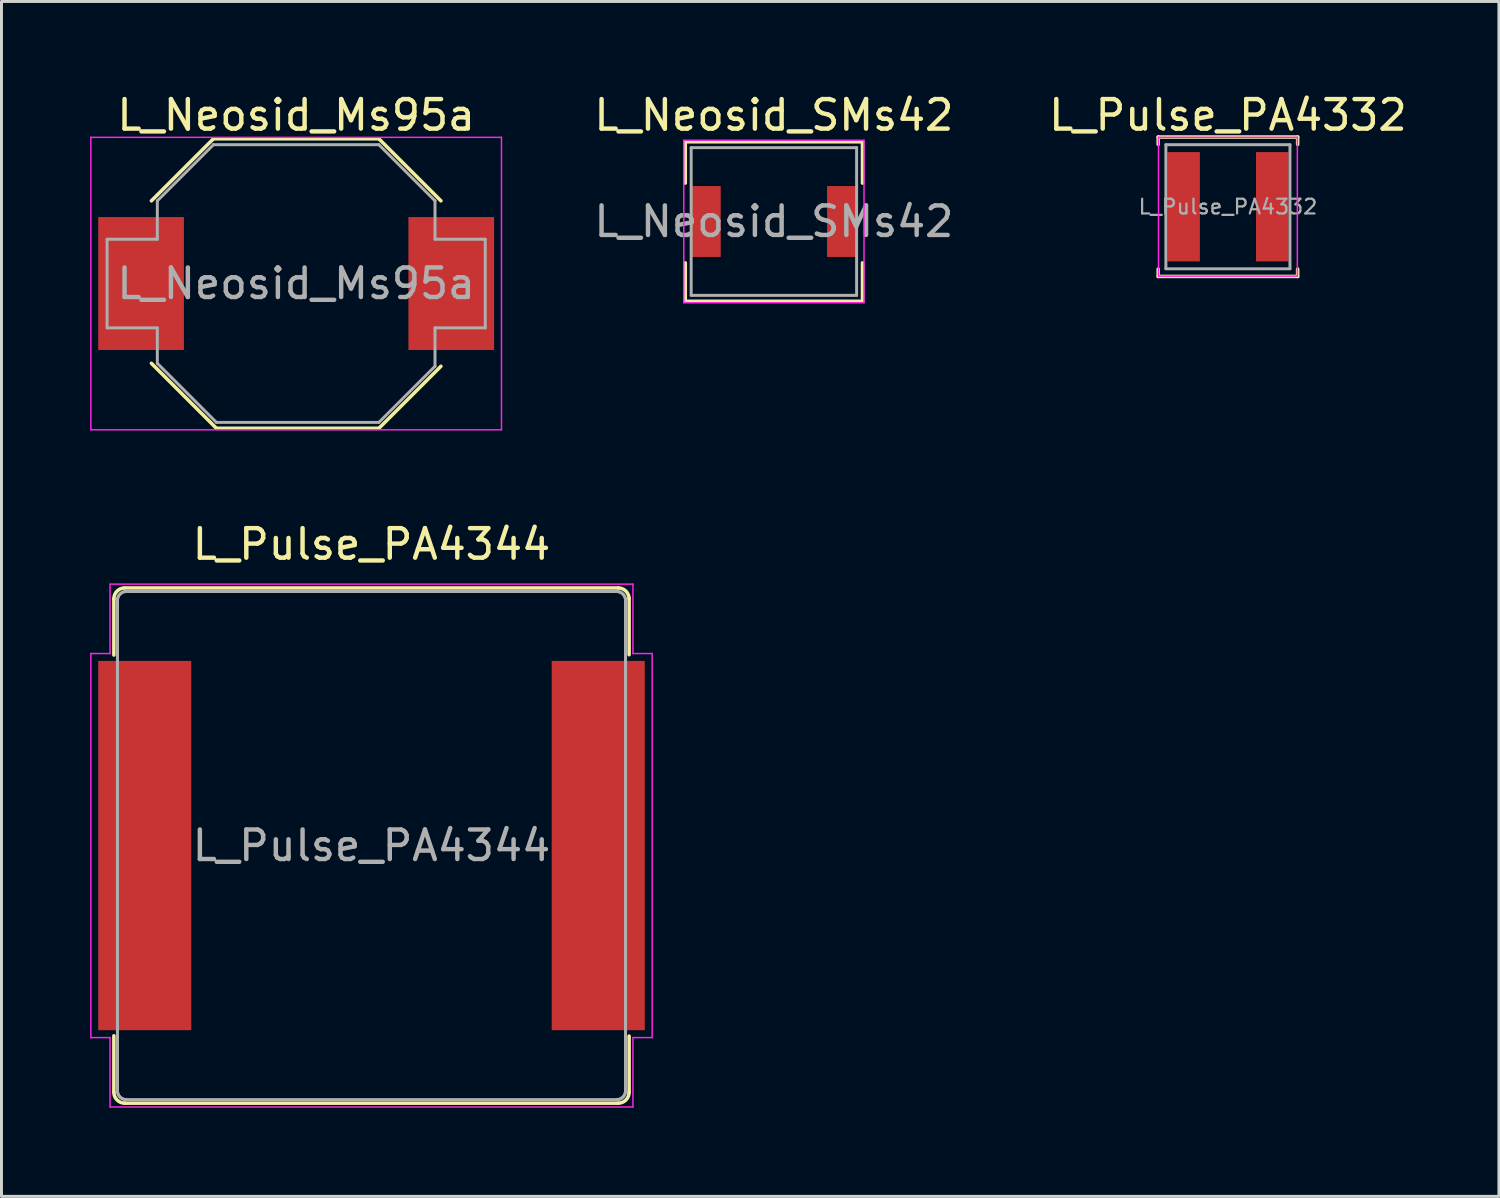
<source format=kicad_pcb>
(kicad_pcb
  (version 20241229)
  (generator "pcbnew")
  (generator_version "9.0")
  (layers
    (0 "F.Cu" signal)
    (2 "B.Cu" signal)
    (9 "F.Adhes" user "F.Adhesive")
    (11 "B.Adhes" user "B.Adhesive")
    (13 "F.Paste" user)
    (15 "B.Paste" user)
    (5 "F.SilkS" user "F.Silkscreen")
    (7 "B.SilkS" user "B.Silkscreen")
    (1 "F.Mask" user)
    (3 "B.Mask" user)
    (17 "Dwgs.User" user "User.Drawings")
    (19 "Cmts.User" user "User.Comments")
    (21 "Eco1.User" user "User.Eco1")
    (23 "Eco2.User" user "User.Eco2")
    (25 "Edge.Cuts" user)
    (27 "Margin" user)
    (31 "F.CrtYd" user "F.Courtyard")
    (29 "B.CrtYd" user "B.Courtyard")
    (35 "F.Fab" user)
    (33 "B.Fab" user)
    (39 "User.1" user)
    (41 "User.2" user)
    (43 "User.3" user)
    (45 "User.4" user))
  (footprint "L_Pulse_PA4332"
    (layer "F.Cu")
    (at 38.515 3.948)
    (property "Reference" "L_Pulse_PA4332" (at 0 -3.1 0) (layer "F.SilkS") (effects (font (size 1 1) (thickness 0.15))))
    (attr smd)
    (fp_line (start -2.36 -2.36) (end -2.36 -2.11) (stroke (width 0.12) (type solid)) (layer "F.SilkS"))
    (fp_line (start -2.36 -2.36) (end 2.36 -2.36) (stroke (width 0.12) (type solid)) (layer "F.SilkS"))
    (fp_line (start -2.36 2.36) (end -2.36 2.11) (stroke (width 0.12) (type solid)) (layer "F.SilkS"))
    (fp_line (start -2.36 2.36) (end 2.36 2.36) (stroke (width 0.12) (type solid)) (layer "F.SilkS"))
    (fp_line (start 2.36 -2.36) (end 2.36 -2.11) (stroke (width 0.12) (type solid)) (layer "F.SilkS"))
    (fp_line (start 2.36 2.36) (end 2.36 2.11) (stroke (width 0.12) (type solid)) (layer "F.SilkS"))
    (fp_line (start -2.35 -2.35) (end -2.35 2.35) (stroke (width 0.05) (type solid)) (layer "F.CrtYd"))
    (fp_line (start -2.35 2.35) (end 2.35 2.35) (stroke (width 0.05) (type solid)) (layer "F.CrtYd"))
    (fp_line (start 2.35 -2.35) (end -2.35 -2.35) (stroke (width 0.05) (type solid)) (layer "F.CrtYd"))
    (fp_line (start 2.35 2.35) (end 2.35 -2.35) (stroke (width 0.05) (type solid)) (layer "F.CrtYd"))
    (fp_line (start -2.1 -2.1) (end -2.1 2.1) (stroke (width 0.1) (type solid)) (layer "F.Fab"))
    (fp_line (start -2.1 2.1) (end 2.1 2.1) (stroke (width 0.1) (type solid)) (layer "F.Fab"))
    (fp_line (start 2.1 -2.1) (end -2.1 -2.1) (stroke (width 0.1) (type solid)) (layer "F.Fab"))
    (fp_line (start 2.1 2.1) (end 2.1 -2.1) (stroke (width 0.1) (type solid)) (layer "F.Fab"))
    (fp_text user "${REFERENCE}" (at 0 0 0) (layer "F.Fab") (effects (font (size 0.5 0.5) (thickness 0.075))))
    (pad "1" smd rect (at -1.5 0) (size 1.1 3.7) (layers "F.Cu" "F.Mask" "F.Paste"))
    (pad "2" smd rect (at 1.5 0) (size 1.1 3.7) (layers "F.Cu" "F.Mask" "F.Paste")))
  (footprint "L_Neosid_Ms95a"
    (layer "F.Cu")
    (at 6.975 6.548)
    (property "Reference" "L_Neosid_Ms95a" (at 0 -5.7 0) (layer "F.SilkS") (effects (font (size 1 1) (thickness 0.15))))
    (attr smd)
    (fp_line (start -4.9 -2.8) (end -2.8 -4.9) (stroke (width 0.12) (type solid)) (layer "F.SilkS"))
    (fp_line (start -2.8 -4.9) (end 2.8 -4.9) (stroke (width 0.12) (type solid)) (layer "F.SilkS"))
    (fp_line (start -2.7 4.9) (end -4.9 2.7) (stroke (width 0.12) (type solid)) (layer "F.SilkS"))
    (fp_line (start -2.7 4.9) (end 2.8 4.9) (stroke (width 0.12) (type solid)) (layer "F.SilkS"))
    (fp_line (start 2.8 -4.9) (end 4.9 -2.8) (stroke (width 0.12) (type solid)) (layer "F.SilkS"))
    (fp_line (start 2.8 4.9) (end 4.9 2.8) (stroke (width 0.12) (type solid)) (layer "F.SilkS"))
    (fp_line (start -6.95 -4.95) (end -6.95 4.95) (stroke (width 0.05) (type solid)) (layer "F.CrtYd"))
    (fp_line (start -6.95 -4.95) (end 6.95 -4.95) (stroke (width 0.05) (type solid)) (layer "F.CrtYd"))
    (fp_line (start 6.95 4.95) (end -6.95 4.95) (stroke (width 0.05) (type solid)) (layer "F.CrtYd"))
    (fp_line (start 6.95 4.95) (end 6.95 -4.95) (stroke (width 0.05) (type solid)) (layer "F.CrtYd"))
    (fp_line (start -6.4 -1.5) (end -6.4 1.5) (stroke (width 0.1) (type solid)) (layer "F.Fab"))
    (fp_line (start -6.4 -1.5) (end -4.7 -1.5) (stroke (width 0.1) (type solid)) (layer "F.Fab"))
    (fp_line (start -6.4 1.5) (end -4.7 1.5) (stroke (width 0.1) (type solid)) (layer "F.Fab"))
    (fp_line (start -4.7 -1.5) (end -4.7 -2.8) (stroke (width 0.1) (type solid)) (layer "F.Fab"))
    (fp_line (start -4.7 1.5) (end -4.7 2.7) (stroke (width 0.1) (type solid)) (layer "F.Fab"))
    (fp_line (start -4.7 2.7) (end -2.7 4.7) (stroke (width 0.1) (type solid)) (layer "F.Fab"))
    (fp_line (start -2.8 -4.7) (end -4.7 -2.8) (stroke (width 0.1) (type solid)) (layer "F.Fab"))
    (fp_line (start 2.8 -4.7) (end -2.8 -4.7) (stroke (width 0.1) (type solid)) (layer "F.Fab"))
    (fp_line (start 2.8 4.7) (end -2.7 4.7) (stroke (width 0.1) (type solid)) (layer "F.Fab"))
    (fp_line (start 4.7 -2.8) (end 2.8 -4.7) (stroke (width 0.1) (type solid)) (layer "F.Fab"))
    (fp_line (start 4.7 -1.5) (end 4.7 -2.8) (stroke (width 0.1) (type solid)) (layer "F.Fab"))
    (fp_line (start 4.7 1.5) (end 6.4 1.5) (stroke (width 0.1) (type solid)) (layer "F.Fab"))
    (fp_line (start 4.7 2.8) (end 2.8 4.7) (stroke (width 0.1) (type solid)) (layer "F.Fab"))
    (fp_line (start 4.7 2.8) (end 4.7 1.5) (stroke (width 0.1) (type solid)) (layer "F.Fab"))
    (fp_line (start 6.4 -1.5) (end 4.7 -1.5) (stroke (width 0.1) (type solid)) (layer "F.Fab"))
    (fp_line (start 6.4 1.5) (end 6.4 -1.5) (stroke (width 0.1) (type solid)) (layer "F.Fab"))
    (fp_text user "${REFERENCE}" (at 0 0 0) (layer "F.Fab") (effects (font (size 1 1) (thickness 0.15))))
    (pad "1" smd rect (at -5.25 0) (size 2.9 4.5) (layers "F.Cu" "F.Mask" "F.Paste"))
    (pad "2" smd rect (at 5.25 0) (size 2.9 4.5) (layers "F.Cu" "F.Mask" "F.Paste")))
  (footprint "L_Pulse_PA4344"
    (layer "F.Cu")
    (at 9.525 25.572)
    (property "Reference" "L_Pulse_PA4344" (at 0 -10.2 0) (layer "F.SilkS") (effects (font (size 1 1) (thickness 0.15))))
    (attr smd)
    (fp_line (start -8.72 -8.35) (end -8.72 -6.45) (stroke (width 0.12) (type solid)) (layer "F.SilkS"))
    (fp_line (start -8.72 6.44) (end -8.72 8.34) (stroke (width 0.12) (type solid)) (layer "F.SilkS"))
    (fp_line (start -8.35 -8.72) (end 8.35 -8.72) (stroke (width 0.12) (type solid)) (layer "F.SilkS"))
    (fp_line (start 8.35 8.72) (end -8.35 8.72) (stroke (width 0.12) (type solid)) (layer "F.SilkS"))
    (fp_line (start 8.72 -8.36) (end 8.72 -6.46) (stroke (width 0.12) (type solid)) (layer "F.SilkS"))
    (fp_line (start 8.72 6.45) (end 8.72 8.35) (stroke (width 0.12) (type solid)) (layer "F.SilkS"))
    (fp_arc (start -8.72054 -8.35) (mid -8.618989 -8.604842) (end -8.37 -8.72) (stroke (width 0.12) (type solid)) (layer "F.SilkS"))
    (fp_arc (start -8.35 8.720135) (mid -8.608165 8.615237) (end -8.72 8.36) (stroke (width 0.12) (type solid)) (layer "F.SilkS"))
    (fp_arc (start 8.35 -8.720135) (mid 8.608165 -8.615237) (end 8.72 -8.36) (stroke (width 0.12) (type solid)) (layer "F.SilkS"))
    (fp_arc (start 8.72 8.35) (mid 8.61163 8.61163) (end 8.35 8.72) (stroke (width 0.12) (type solid)) (layer "F.SilkS"))
    (fp_line (start -9.5 -6.5) (end -9.5 6.5) (stroke (width 0.05) (type solid)) (layer "F.CrtYd"))
    (fp_line (start -9.5 -6.5) (end -8.85 -6.5) (stroke (width 0.05) (type solid)) (layer "F.CrtYd"))
    (fp_line (start -8.85 -8.85) (end -8.85 -6.5) (stroke (width 0.05) (type solid)) (layer "F.CrtYd"))
    (fp_line (start -8.85 -8.85) (end 8.85 -8.85) (stroke (width 0.05) (type solid)) (layer "F.CrtYd"))
    (fp_line (start -8.85 6.5) (end -9.5 6.5) (stroke (width 0.05) (type solid)) (layer "F.CrtYd"))
    (fp_line (start -8.85 8.85) (end -8.85 6.5) (stroke (width 0.05) (type solid)) (layer "F.CrtYd"))
    (fp_line (start 8.85 -8.85) (end 8.85 -6.5) (stroke (width 0.05) (type solid)) (layer "F.CrtYd"))
    (fp_line (start 8.85 6.5) (end 8.85 8.85) (stroke (width 0.05) (type solid)) (layer "F.CrtYd"))
    (fp_line (start 8.85 8.85) (end -8.85 8.85) (stroke (width 0.05) (type solid)) (layer "F.CrtYd"))
    (fp_line (start 9.5 -6.5) (end 8.85 -6.5) (stroke (width 0.05) (type solid)) (layer "F.CrtYd"))
    (fp_line (start 9.5 -6.5) (end 9.5 6.5) (stroke (width 0.05) (type solid)) (layer "F.CrtYd"))
    (fp_line (start 9.5 6.5) (end 8.85 6.5) (stroke (width 0.05) (type solid)) (layer "F.CrtYd"))
    (fp_line (start -8.6 -8.3) (end -8.6 8.3) (stroke (width 0.1) (type solid)) (layer "F.Fab"))
    (fp_line (start -8.6 -8.3) (end -8.6 8.3) (stroke (width 0.1) (type solid)) (layer "F.Fab"))
    (fp_line (start -8.3 -8.6) (end 8.3 -8.6) (stroke (width 0.1) (type solid)) (layer "F.Fab"))
    (fp_line (start -8.3 -8.6) (end 8.3 -8.6) (stroke (width 0.1) (type solid)) (layer "F.Fab"))
    (fp_line (start 8.3 8.6) (end -8.3 8.6) (stroke (width 0.1) (type solid)) (layer "F.Fab"))
    (fp_line (start 8.6 -8.3) (end 8.6 8.3) (stroke (width 0.1) (type solid)) (layer "F.Fab"))
    (fp_line (start 8.6 -8.3) (end 8.6 8.3) (stroke (width 0.1) (type solid)) (layer "F.Fab"))
    (fp_arc (start -8.6 -8.3) (mid -8.512132 -8.512132) (end -8.3 -8.6) (stroke (width 0.1) (type solid)) (layer "F.Fab"))
    (fp_arc (start -8.6 -8.3) (mid -8.512132 -8.512132) (end -8.3 -8.6) (stroke (width 0.1) (type solid)) (layer "F.Fab"))
    (fp_arc (start -8.3 8.6) (mid -8.512132 8.512132) (end -8.6 8.3) (stroke (width 0.1) (type solid)) (layer "F.Fab"))
    (fp_arc (start -8.3 8.6) (mid -8.512132 8.512132) (end -8.6 8.3) (stroke (width 0.1) (type solid)) (layer "F.Fab"))
    (fp_arc (start 8.3 -8.6) (mid 8.512132 -8.512132) (end 8.6 -8.3) (stroke (width 0.1) (type solid)) (layer "F.Fab"))
    (fp_arc (start 8.3 -8.6) (mid 8.512132 -8.512132) (end 8.6 -8.3) (stroke (width 0.1) (type solid)) (layer "F.Fab"))
    (fp_arc (start 8.6 8.3) (mid 8.512132 8.512132) (end 8.3 8.6) (stroke (width 0.1) (type solid)) (layer "F.Fab"))
    (fp_arc (start 8.6 8.3) (mid 8.512132 8.512132) (end 8.3 8.6) (stroke (width 0.1) (type solid)) (layer "F.Fab"))
    (fp_text user "${REFERENCE}" (at 0 0 0) (layer "F.Fab") (effects (font (size 1 1) (thickness 0.15))))
    (pad "1" smd rect (at -7.675 0) (size 3.15 12.5) (layers "F.Cu" "F.Mask" "F.Paste"))
    (pad "2" smd rect (at 7.675 0) (size 3.15 12.5) (layers "F.Cu" "F.Mask" "F.Paste")))
  (footprint "L_Neosid_SMs42"
    (layer "F.Cu")
    (at 23.146 4.448)
    (property "Reference" "L_Neosid_SMs42" (at 0 -3.6 0) (layer "F.SilkS") (effects (font (size 1 1) (thickness 0.15))))
    (attr smd)
    (fp_line (start -3 -2.7) (end 3 -2.7) (stroke (width 0.12) (type solid)) (layer "F.SilkS"))
    (fp_line (start -3 -1.3) (end -3 -2.7) (stroke (width 0.12) (type solid)) (layer "F.SilkS"))
    (fp_line (start -3 2.7) (end -3 1.4) (stroke (width 0.12) (type solid)) (layer "F.SilkS"))
    (fp_line (start 3 -2.7) (end 3 -1.3) (stroke (width 0.12) (type solid)) (layer "F.SilkS"))
    (fp_line (start 3 1.4) (end 3 2.7) (stroke (width 0.12) (type solid)) (layer "F.SilkS"))
    (fp_line (start 3 2.7) (end -3 2.7) (stroke (width 0.12) (type solid)) (layer "F.SilkS"))
    (fp_line (start -3.05 -2.75) (end -3.05 2.75) (stroke (width 0.05) (type solid)) (layer "F.CrtYd"))
    (fp_line (start -3.05 -2.75) (end 3.05 -2.75) (stroke (width 0.05) (type solid)) (layer "F.CrtYd"))
    (fp_line (start 3.05 2.75) (end -3.05 2.75) (stroke (width 0.05) (type solid)) (layer "F.CrtYd"))
    (fp_line (start 3.05 2.75) (end 3.05 -2.75) (stroke (width 0.05) (type solid)) (layer "F.CrtYd"))
    (fp_line (start -2.8 -2.5) (end 2.8 -2.5) (stroke (width 0.1) (type solid)) (layer "F.Fab"))
    (fp_line (start -2.8 2.5) (end -2.8 -2.5) (stroke (width 0.1) (type solid)) (layer "F.Fab"))
    (fp_line (start 2.8 -2.5) (end 2.8 2.5) (stroke (width 0.1) (type solid)) (layer "F.Fab"))
    (fp_line (start 2.8 2.5) (end -2.8 2.5) (stroke (width 0.1) (type solid)) (layer "F.Fab"))
    (fp_text user "${REFERENCE}" (at 0 0 0) (layer "F.Fab") (effects (font (size 1 1) (thickness 0.15))))
    (pad "1" smd rect (at -2.3 0) (size 1 2.4) (layers "F.Cu" "F.Mask" "F.Paste"))
    (pad "2" smd rect (at 2.3 0) (size 1 2.4) (layers "F.Cu" "F.Mask" "F.Paste")))
  (gr_rect
    (start -3 -3)
    (end 47.688 37.447)
    (stroke (width 0.1) (type default))
    (fill no)
    (layer "Edge.Cuts")))
</source>
